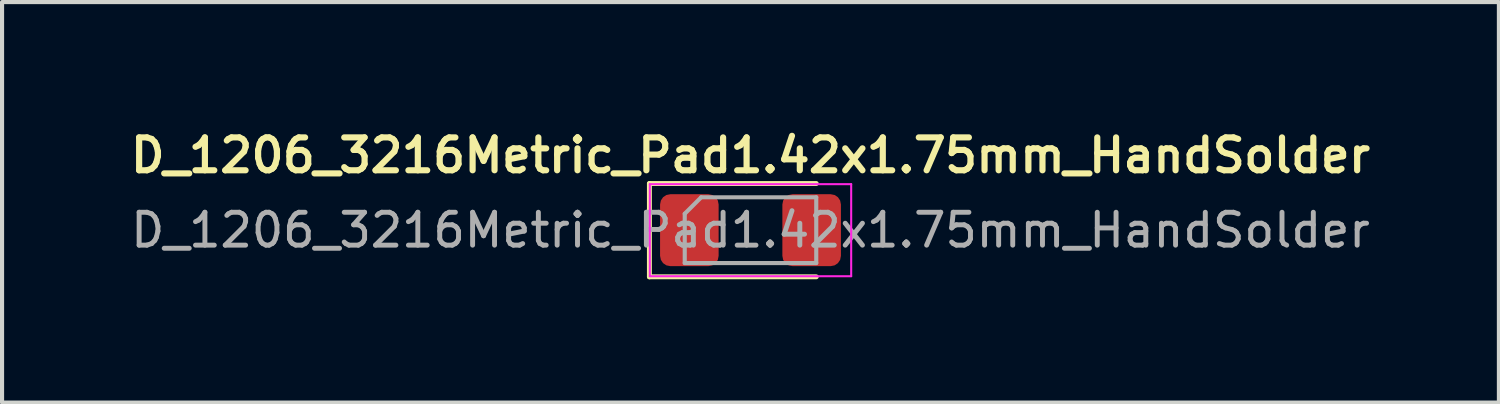
<source format=kicad_pcb>
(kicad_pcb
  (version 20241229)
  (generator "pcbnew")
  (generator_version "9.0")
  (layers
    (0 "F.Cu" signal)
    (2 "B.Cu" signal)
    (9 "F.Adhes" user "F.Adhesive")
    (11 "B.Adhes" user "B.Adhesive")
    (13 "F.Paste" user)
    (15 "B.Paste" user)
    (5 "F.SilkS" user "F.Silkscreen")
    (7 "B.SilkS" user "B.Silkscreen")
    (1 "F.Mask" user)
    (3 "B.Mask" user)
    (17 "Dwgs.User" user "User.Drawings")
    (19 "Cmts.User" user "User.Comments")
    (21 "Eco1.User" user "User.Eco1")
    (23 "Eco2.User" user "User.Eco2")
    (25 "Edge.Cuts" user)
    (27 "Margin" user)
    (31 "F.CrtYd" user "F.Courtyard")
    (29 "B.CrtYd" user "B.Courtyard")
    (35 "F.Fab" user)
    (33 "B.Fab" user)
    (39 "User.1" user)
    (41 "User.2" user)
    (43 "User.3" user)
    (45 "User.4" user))
  (footprint "D_1206_3216Metric_Pad1.42x1.75mm_HandSolder"
    (layer "F.Cu")
    (at 15.212 2.551)
    (property "Reference" "D_1206_3216Metric_Pad1.42x1.75mm_HandSolder" (at 0 -1.82 0) (layer "F.SilkS") (effects (font (size 0.8 0.8) (thickness 0.15))))
    (attr smd)
    (fp_line (start -2.46 -1.135) (end -2.46 1.135) (stroke (width 0.12) (type solid)) (layer "F.SilkS"))
    (fp_line (start -2.46 1.135) (end 1.6 1.135) (stroke (width 0.12) (type solid)) (layer "F.SilkS"))
    (fp_line (start 1.6 -1.135) (end -2.46 -1.135) (stroke (width 0.12) (type solid)) (layer "F.SilkS"))
    (fp_line (start -2.45 -1.12) (end 2.45 -1.12) (stroke (width 0.05) (type solid)) (layer "F.CrtYd"))
    (fp_line (start -2.45 1.12) (end -2.45 -1.12) (stroke (width 0.05) (type solid)) (layer "F.CrtYd"))
    (fp_line (start 2.45 -1.12) (end 2.45 1.12) (stroke (width 0.05) (type solid)) (layer "F.CrtYd"))
    (fp_line (start 2.45 1.12) (end -2.45 1.12) (stroke (width 0.05) (type solid)) (layer "F.CrtYd"))
    (fp_line (start -1.6 -0.4) (end -1.6 0.8) (stroke (width 0.1) (type solid)) (layer "F.Fab"))
    (fp_line (start -1.6 0.8) (end 1.6 0.8) (stroke (width 0.1) (type solid)) (layer "F.Fab"))
    (fp_line (start -1.2 -0.8) (end -1.6 -0.4) (stroke (width 0.1) (type solid)) (layer "F.Fab"))
    (fp_line (start 1.6 -0.8) (end -1.2 -0.8) (stroke (width 0.1) (type solid)) (layer "F.Fab"))
    (fp_line (start 1.6 0.8) (end 1.6 -0.8) (stroke (width 0.1) (type solid)) (layer "F.Fab"))
    (fp_text user "${REFERENCE}" (at 0 0 0) (layer "F.Fab") (effects (font (size 0.8 0.8) (thickness 0.12))))
    (pad "1" smd roundrect (at -1.488 0) (size 1.425 1.75) (layers "F.Cu" "F.Mask" "F.Paste") (roundrect_rratio 0.175))
    (pad "2" smd roundrect (at 1.488 0) (size 1.425 1.75) (layers "F.Cu" "F.Mask" "F.Paste") (roundrect_rratio 0.175)))
  (gr_rect
    (start -3 -3)
    (end 33.423 6.746)
    (stroke (width 0.1) (type default))
    (fill no)
    (layer "Edge.Cuts")))
</source>
